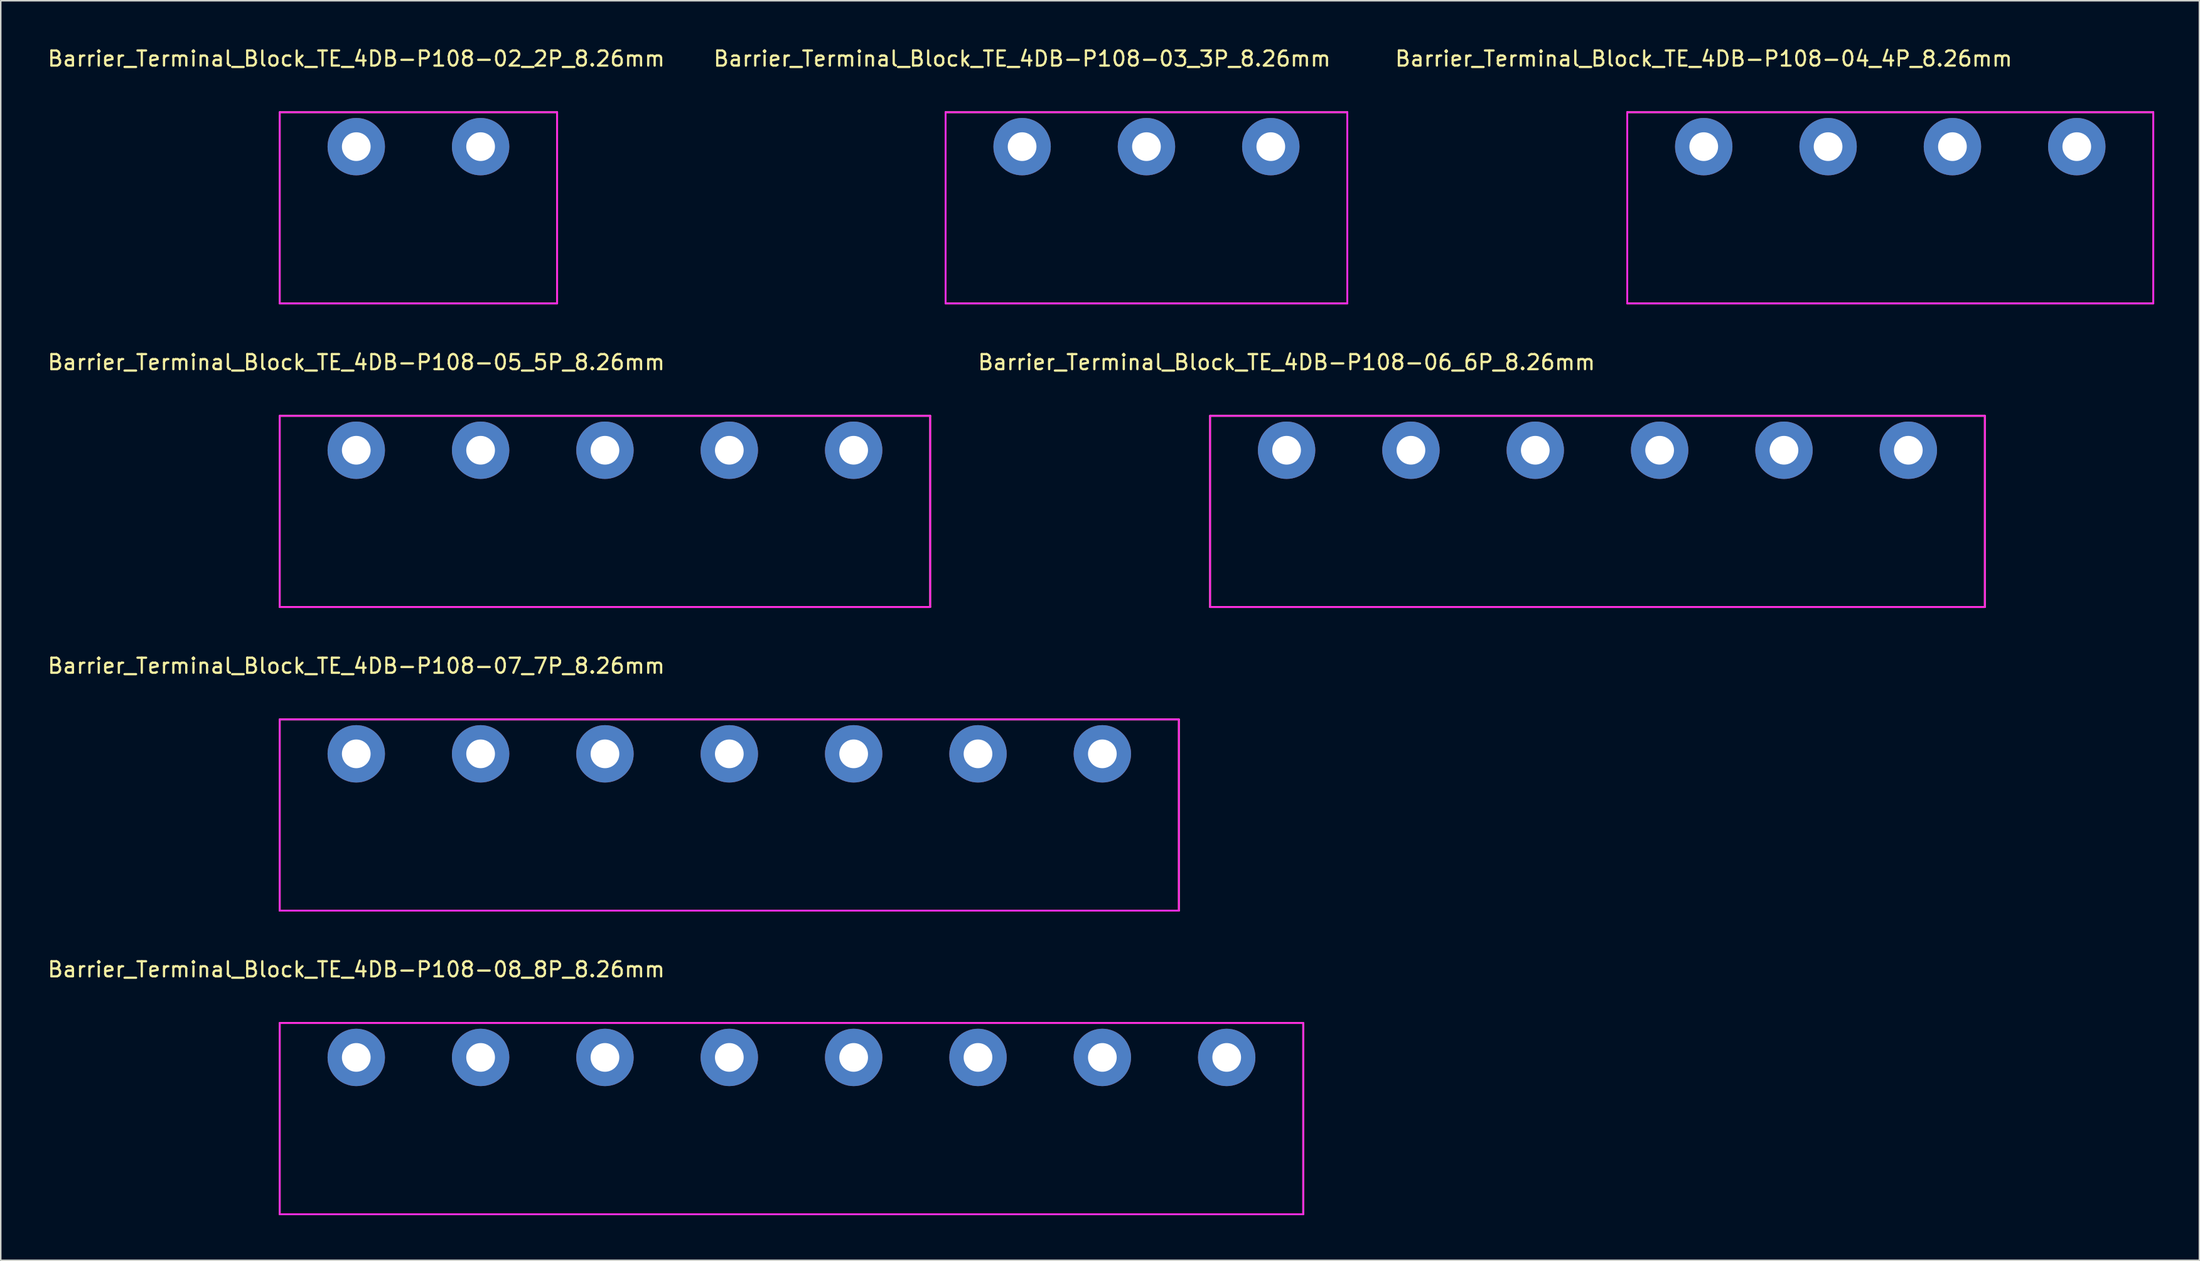
<source format=kicad_pcb>
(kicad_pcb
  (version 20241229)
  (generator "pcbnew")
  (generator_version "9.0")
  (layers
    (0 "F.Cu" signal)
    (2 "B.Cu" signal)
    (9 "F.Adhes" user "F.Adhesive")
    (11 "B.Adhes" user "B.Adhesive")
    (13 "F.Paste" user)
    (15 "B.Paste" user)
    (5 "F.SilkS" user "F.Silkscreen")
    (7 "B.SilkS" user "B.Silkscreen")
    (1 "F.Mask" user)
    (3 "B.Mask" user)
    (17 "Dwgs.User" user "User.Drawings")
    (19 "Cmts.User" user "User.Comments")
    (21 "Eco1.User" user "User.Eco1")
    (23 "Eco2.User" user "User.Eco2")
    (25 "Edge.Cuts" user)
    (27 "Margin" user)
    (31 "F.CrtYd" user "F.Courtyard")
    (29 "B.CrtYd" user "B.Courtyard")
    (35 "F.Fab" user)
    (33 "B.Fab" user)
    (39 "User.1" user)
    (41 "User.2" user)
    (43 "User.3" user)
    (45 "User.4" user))
  (footprint "Barrier_Terminal_Block_TE_4DB-P108-08_8P_8.26mm"
    (layer "F.Cu")
    (at 20.601 67.183)
    (property "Reference" "Barrier_Terminal_Block_TE_4DB-P108-08_8P_8.26mm" (at 0 -5.842 0) (layer "F.SilkS") (effects (font (size 1 1) (thickness 0.15))))
    (attr through_hole)
    (fp_line (start -5.08 -2.286) (end -5.08 10.414) (stroke (width 0.12) (type solid)) (layer "F.SilkS"))
    (fp_line (start -5.08 -2.286) (end 62.865 -2.286) (stroke (width 0.12) (type solid)) (layer "F.SilkS"))
    (fp_line (start -5.08 10.414) (end 62.865 10.414) (stroke (width 0.12) (type solid)) (layer "F.SilkS"))
    (fp_line (start 62.865 -2.286) (end 62.865 10.414) (stroke (width 0.12) (type solid)) (layer "F.SilkS"))
    (fp_line (start -5.08 -2.286) (end -5.08 10.414) (stroke (width 0.12) (type solid)) (layer "F.CrtYd"))
    (fp_line (start -5.08 -2.286) (end 62.865 -2.286) (stroke (width 0.12) (type solid)) (layer "F.CrtYd"))
    (fp_line (start -5.08 10.414) (end 62.865 10.414) (stroke (width 0.12) (type solid)) (layer "F.CrtYd"))
    (fp_line (start 62.865 -2.286) (end 62.865 10.414) (stroke (width 0.12) (type solid)) (layer "F.CrtYd"))
    (pad "1" thru_hole circle (at 0 0) (size 3.81 3.81) (drill 1.905) (layers "*.Cu" "*.Mask"))
    (pad "2" thru_hole circle (at 8.255 0) (size 3.81 3.81) (drill 1.905) (layers "*.Cu" "*.Mask"))
    (pad "3" thru_hole circle (at 16.51 0) (size 3.81 3.81) (drill 1.905) (layers "*.Cu" "*.Mask"))
    (pad "4" thru_hole circle (at 24.765 0) (size 3.81 3.81) (drill 1.905) (layers "*.Cu" "*.Mask"))
    (pad "5" thru_hole circle (at 33.02 0) (size 3.81 3.81) (drill 1.905) (layers "*.Cu" "*.Mask"))
    (pad "6" thru_hole circle (at 41.275 0) (size 3.81 3.81) (drill 1.905) (layers "*.Cu" "*.Mask"))
    (pad "7" thru_hole circle (at 49.53 0) (size 3.81 3.81) (drill 1.905) (layers "*.Cu" "*.Mask"))
    (pad "8" thru_hole circle (at 57.785 0) (size 3.81 3.81) (drill 1.905) (layers "*.Cu" "*.Mask")))
  (footprint "Barrier_Terminal_Block_TE_4DB-P108-07_7P_8.26mm"
    (layer "F.Cu")
    (at 20.601 47.019)
    (property "Reference" "Barrier_Terminal_Block_TE_4DB-P108-07_7P_8.26mm" (at 0 -5.842 0) (layer "F.SilkS") (effects (font (size 1 1) (thickness 0.15))))
    (attr through_hole)
    (fp_line (start -5.08 -2.286) (end -5.08 10.414) (stroke (width 0.12) (type solid)) (layer "F.SilkS"))
    (fp_line (start -5.08 -2.286) (end 54.61 -2.286) (stroke (width 0.12) (type solid)) (layer "F.SilkS"))
    (fp_line (start -5.08 10.414) (end 54.61 10.414) (stroke (width 0.12) (type solid)) (layer "F.SilkS"))
    (fp_line (start 54.61 -2.286) (end 54.61 10.414) (stroke (width 0.12) (type solid)) (layer "F.SilkS"))
    (fp_line (start -5.08 -2.286) (end -5.08 10.414) (stroke (width 0.12) (type solid)) (layer "F.CrtYd"))
    (fp_line (start -5.08 -2.286) (end 54.61 -2.286) (stroke (width 0.12) (type solid)) (layer "F.CrtYd"))
    (fp_line (start -5.08 10.414) (end 54.61 10.414) (stroke (width 0.12) (type solid)) (layer "F.CrtYd"))
    (fp_line (start 54.61 -2.286) (end 54.61 10.414) (stroke (width 0.12) (type solid)) (layer "F.CrtYd"))
    (pad "1" thru_hole circle (at 0 0) (size 3.81 3.81) (drill 1.905) (layers "*.Cu" "*.Mask"))
    (pad "2" thru_hole circle (at 8.255 0) (size 3.81 3.81) (drill 1.905) (layers "*.Cu" "*.Mask"))
    (pad "3" thru_hole circle (at 16.51 0) (size 3.81 3.81) (drill 1.905) (layers "*.Cu" "*.Mask"))
    (pad "4" thru_hole circle (at 24.765 0) (size 3.81 3.81) (drill 1.905) (layers "*.Cu" "*.Mask"))
    (pad "5" thru_hole circle (at 33.02 0) (size 3.81 3.81) (drill 1.905) (layers "*.Cu" "*.Mask"))
    (pad "6" thru_hole circle (at 41.275 0) (size 3.81 3.81) (drill 1.905) (layers "*.Cu" "*.Mask"))
    (pad "7" thru_hole circle (at 49.53 0) (size 3.81 3.81) (drill 1.905) (layers "*.Cu" "*.Mask")))
  (footprint "Barrier_Terminal_Block_TE_4DB-P108-05_5P_8.26mm"
    (layer "F.Cu")
    (at 20.601 26.855)
    (property "Reference" "Barrier_Terminal_Block_TE_4DB-P108-05_5P_8.26mm" (at 0 -5.842 0) (layer "F.SilkS") (effects (font (size 1 1) (thickness 0.15))))
    (attr through_hole)
    (fp_line (start -5.08 -2.286) (end -5.08 10.414) (stroke (width 0.12) (type solid)) (layer "F.SilkS"))
    (fp_line (start -5.08 -2.286) (end 38.1 -2.286) (stroke (width 0.12) (type solid)) (layer "F.SilkS"))
    (fp_line (start -5.08 10.414) (end 38.1 10.414) (stroke (width 0.12) (type solid)) (layer "F.SilkS"))
    (fp_line (start 38.1 -2.286) (end 38.1 10.414) (stroke (width 0.12) (type solid)) (layer "F.SilkS"))
    (fp_line (start -5.08 -2.286) (end -5.08 10.414) (stroke (width 0.12) (type solid)) (layer "F.CrtYd"))
    (fp_line (start -5.08 -2.286) (end 38.1 -2.286) (stroke (width 0.12) (type solid)) (layer "F.CrtYd"))
    (fp_line (start -5.08 10.414) (end 38.1 10.414) (stroke (width 0.12) (type solid)) (layer "F.CrtYd"))
    (fp_line (start 38.1 -2.286) (end 38.1 10.414) (stroke (width 0.12) (type solid)) (layer "F.CrtYd"))
    (pad "1" thru_hole circle (at 0 0) (size 3.81 3.81) (drill 1.905) (layers "*.Cu" "*.Mask"))
    (pad "2" thru_hole circle (at 8.255 0) (size 3.81 3.81) (drill 1.905) (layers "*.Cu" "*.Mask"))
    (pad "3" thru_hole circle (at 16.51 0) (size 3.81 3.81) (drill 1.905) (layers "*.Cu" "*.Mask"))
    (pad "4" thru_hole circle (at 24.765 0) (size 3.81 3.81) (drill 1.905) (layers "*.Cu" "*.Mask"))
    (pad "5" thru_hole circle (at 33.02 0) (size 3.81 3.81) (drill 1.905) (layers "*.Cu" "*.Mask")))
  (footprint "Barrier_Terminal_Block_TE_4DB-P108-03_3P_8.26mm"
    (layer "F.Cu")
    (at 64.804 6.69)
    (property "Reference" "Barrier_Terminal_Block_TE_4DB-P108-03_3P_8.26mm" (at 0 -5.842 0) (layer "F.SilkS") (effects (font (size 1 1) (thickness 0.15))))
    (attr through_hole)
    (fp_line (start -5.08 -2.286) (end -5.08 10.414) (stroke (width 0.12) (type solid)) (layer "F.SilkS"))
    (fp_line (start -5.08 -2.286) (end 21.59 -2.286) (stroke (width 0.12) (type solid)) (layer "F.SilkS"))
    (fp_line (start -5.08 10.414) (end 21.59 10.414) (stroke (width 0.12) (type solid)) (layer "F.SilkS"))
    (fp_line (start 21.59 -2.286) (end 21.59 10.414) (stroke (width 0.12) (type solid)) (layer "F.SilkS"))
    (fp_line (start -5.08 -2.286) (end -5.08 10.414) (stroke (width 0.12) (type solid)) (layer "F.CrtYd"))
    (fp_line (start -5.08 -2.286) (end 21.59 -2.286) (stroke (width 0.12) (type solid)) (layer "F.CrtYd"))
    (fp_line (start -5.08 10.414) (end 21.59 10.414) (stroke (width 0.12) (type solid)) (layer "F.CrtYd"))
    (fp_line (start 21.59 -2.286) (end 21.59 10.414) (stroke (width 0.12) (type solid)) (layer "F.CrtYd"))
    (pad "1" thru_hole circle (at 0 0) (size 3.81 3.81) (drill 1.905) (layers "*.Cu" "*.Mask"))
    (pad "2" thru_hole circle (at 8.255 0) (size 3.81 3.81) (drill 1.905) (layers "*.Cu" "*.Mask"))
    (pad "3" thru_hole circle (at 16.51 0) (size 3.81 3.81) (drill 1.905) (layers "*.Cu" "*.Mask")))
  (footprint "Barrier_Terminal_Block_TE_4DB-P108-04_4P_8.26mm"
    (layer "F.Cu")
    (at 110.055 6.69)
    (property "Reference" "Barrier_Terminal_Block_TE_4DB-P108-04_4P_8.26mm" (at 0 -5.842 0) (layer "F.SilkS") (effects (font (size 1 1) (thickness 0.15))))
    (attr through_hole)
    (fp_line (start -5.08 -2.286) (end -5.08 10.414) (stroke (width 0.12) (type solid)) (layer "F.SilkS"))
    (fp_line (start -5.08 -2.286) (end 29.845 -2.286) (stroke (width 0.12) (type solid)) (layer "F.SilkS"))
    (fp_line (start -5.08 10.414) (end 29.845 10.414) (stroke (width 0.12) (type solid)) (layer "F.SilkS"))
    (fp_line (start 29.845 -2.286) (end 29.845 10.414) (stroke (width 0.12) (type solid)) (layer "F.SilkS"))
    (fp_line (start -5.08 -2.286) (end -5.08 10.414) (stroke (width 0.12) (type solid)) (layer "F.CrtYd"))
    (fp_line (start -5.08 -2.286) (end 29.845 -2.286) (stroke (width 0.12) (type solid)) (layer "F.CrtYd"))
    (fp_line (start -5.08 10.414) (end 29.845 10.414) (stroke (width 0.12) (type solid)) (layer "F.CrtYd"))
    (fp_line (start 29.845 -2.286) (end 29.845 10.414) (stroke (width 0.12) (type solid)) (layer "F.CrtYd"))
    (pad "1" thru_hole circle (at 0 0) (size 3.81 3.81) (drill 1.905) (layers "*.Cu" "*.Mask"))
    (pad "2" thru_hole circle (at 8.255 0) (size 3.81 3.81) (drill 1.905) (layers "*.Cu" "*.Mask"))
    (pad "3" thru_hole circle (at 16.51 0) (size 3.81 3.81) (drill 1.905) (layers "*.Cu" "*.Mask"))
    (pad "4" thru_hole circle (at 24.765 0) (size 3.81 3.81) (drill 1.905) (layers "*.Cu" "*.Mask")))
  (footprint "Barrier_Terminal_Block_TE_4DB-P108-06_6P_8.26mm"
    (layer "F.Cu")
    (at 82.362 26.855)
    (property "Reference" "Barrier_Terminal_Block_TE_4DB-P108-06_6P_8.26mm" (at 0 -5.842 0) (layer "F.SilkS") (effects (font (size 1 1) (thickness 0.15))))
    (attr through_hole)
    (fp_line (start -5.08 -2.286) (end -5.08 10.414) (stroke (width 0.12) (type solid)) (layer "F.SilkS"))
    (fp_line (start -5.08 -2.286) (end 46.355 -2.286) (stroke (width 0.12) (type solid)) (layer "F.SilkS"))
    (fp_line (start -5.08 10.414) (end 46.355 10.414) (stroke (width 0.12) (type solid)) (layer "F.SilkS"))
    (fp_line (start 46.355 -2.286) (end 46.355 10.414) (stroke (width 0.12) (type solid)) (layer "F.SilkS"))
    (fp_line (start -5.08 -2.286) (end -5.08 10.414) (stroke (width 0.12) (type solid)) (layer "F.CrtYd"))
    (fp_line (start -5.08 -2.286) (end 46.355 -2.286) (stroke (width 0.12) (type solid)) (layer "F.CrtYd"))
    (fp_line (start -5.08 10.414) (end 46.355 10.414) (stroke (width 0.12) (type solid)) (layer "F.CrtYd"))
    (fp_line (start 46.355 -2.286) (end 46.355 10.414) (stroke (width 0.12) (type solid)) (layer "F.CrtYd"))
    (pad "1" thru_hole circle (at 0 0) (size 3.81 3.81) (drill 1.905) (layers "*.Cu" "*.Mask"))
    (pad "2" thru_hole circle (at 8.255 0) (size 3.81 3.81) (drill 1.905) (layers "*.Cu" "*.Mask"))
    (pad "3" thru_hole circle (at 16.51 0) (size 3.81 3.81) (drill 1.905) (layers "*.Cu" "*.Mask"))
    (pad "4" thru_hole circle (at 24.765 0) (size 3.81 3.81) (drill 1.905) (layers "*.Cu" "*.Mask"))
    (pad "5" thru_hole circle (at 33.02 0) (size 3.81 3.81) (drill 1.905) (layers "*.Cu" "*.Mask"))
    (pad "6" thru_hole circle (at 41.275 0) (size 3.81 3.81) (drill 1.905) (layers "*.Cu" "*.Mask")))
  (footprint "Barrier_Terminal_Block_TE_4DB-P108-02_2P_8.26mm"
    (layer "F.Cu")
    (at 20.601 6.69)
    (property "Reference" "Barrier_Terminal_Block_TE_4DB-P108-02_2P_8.26mm" (at 0 -5.842 0) (layer "F.SilkS") (effects (font (size 1 1) (thickness 0.15))))
    (attr through_hole)
    (fp_line (start -5.08 -2.286) (end -5.08 10.414) (stroke (width 0.12) (type solid)) (layer "F.SilkS"))
    (fp_line (start -5.08 -2.286) (end 13.335 -2.286) (stroke (width 0.12) (type solid)) (layer "F.SilkS"))
    (fp_line (start -5.08 10.414) (end 13.335 10.414) (stroke (width 0.12) (type solid)) (layer "F.SilkS"))
    (fp_line (start 13.335 -2.286) (end 13.335 10.414) (stroke (width 0.12) (type solid)) (layer "F.SilkS"))
    (fp_line (start -5.08 -2.286) (end -5.08 10.414) (stroke (width 0.12) (type solid)) (layer "F.CrtYd"))
    (fp_line (start -5.08 -2.286) (end 13.335 -2.286) (stroke (width 0.12) (type solid)) (layer "F.CrtYd"))
    (fp_line (start -5.08 10.414) (end 13.335 10.414) (stroke (width 0.12) (type solid)) (layer "F.CrtYd"))
    (fp_line (start 13.335 -2.286) (end 13.335 10.414) (stroke (width 0.12) (type solid)) (layer "F.CrtYd"))
    (pad "1" thru_hole circle (at 0 0) (size 3.81 3.81) (drill 1.905) (layers "*.Cu" "*.Mask"))
    (pad "2" thru_hole circle (at 8.255 0) (size 3.81 3.81) (drill 1.905) (layers "*.Cu" "*.Mask")))
  (gr_rect
    (start -3 -3)
    (end 142.96 80.657)
    (stroke (width 0.1) (type default))
    (fill no)
    (layer "Edge.Cuts")))
</source>
